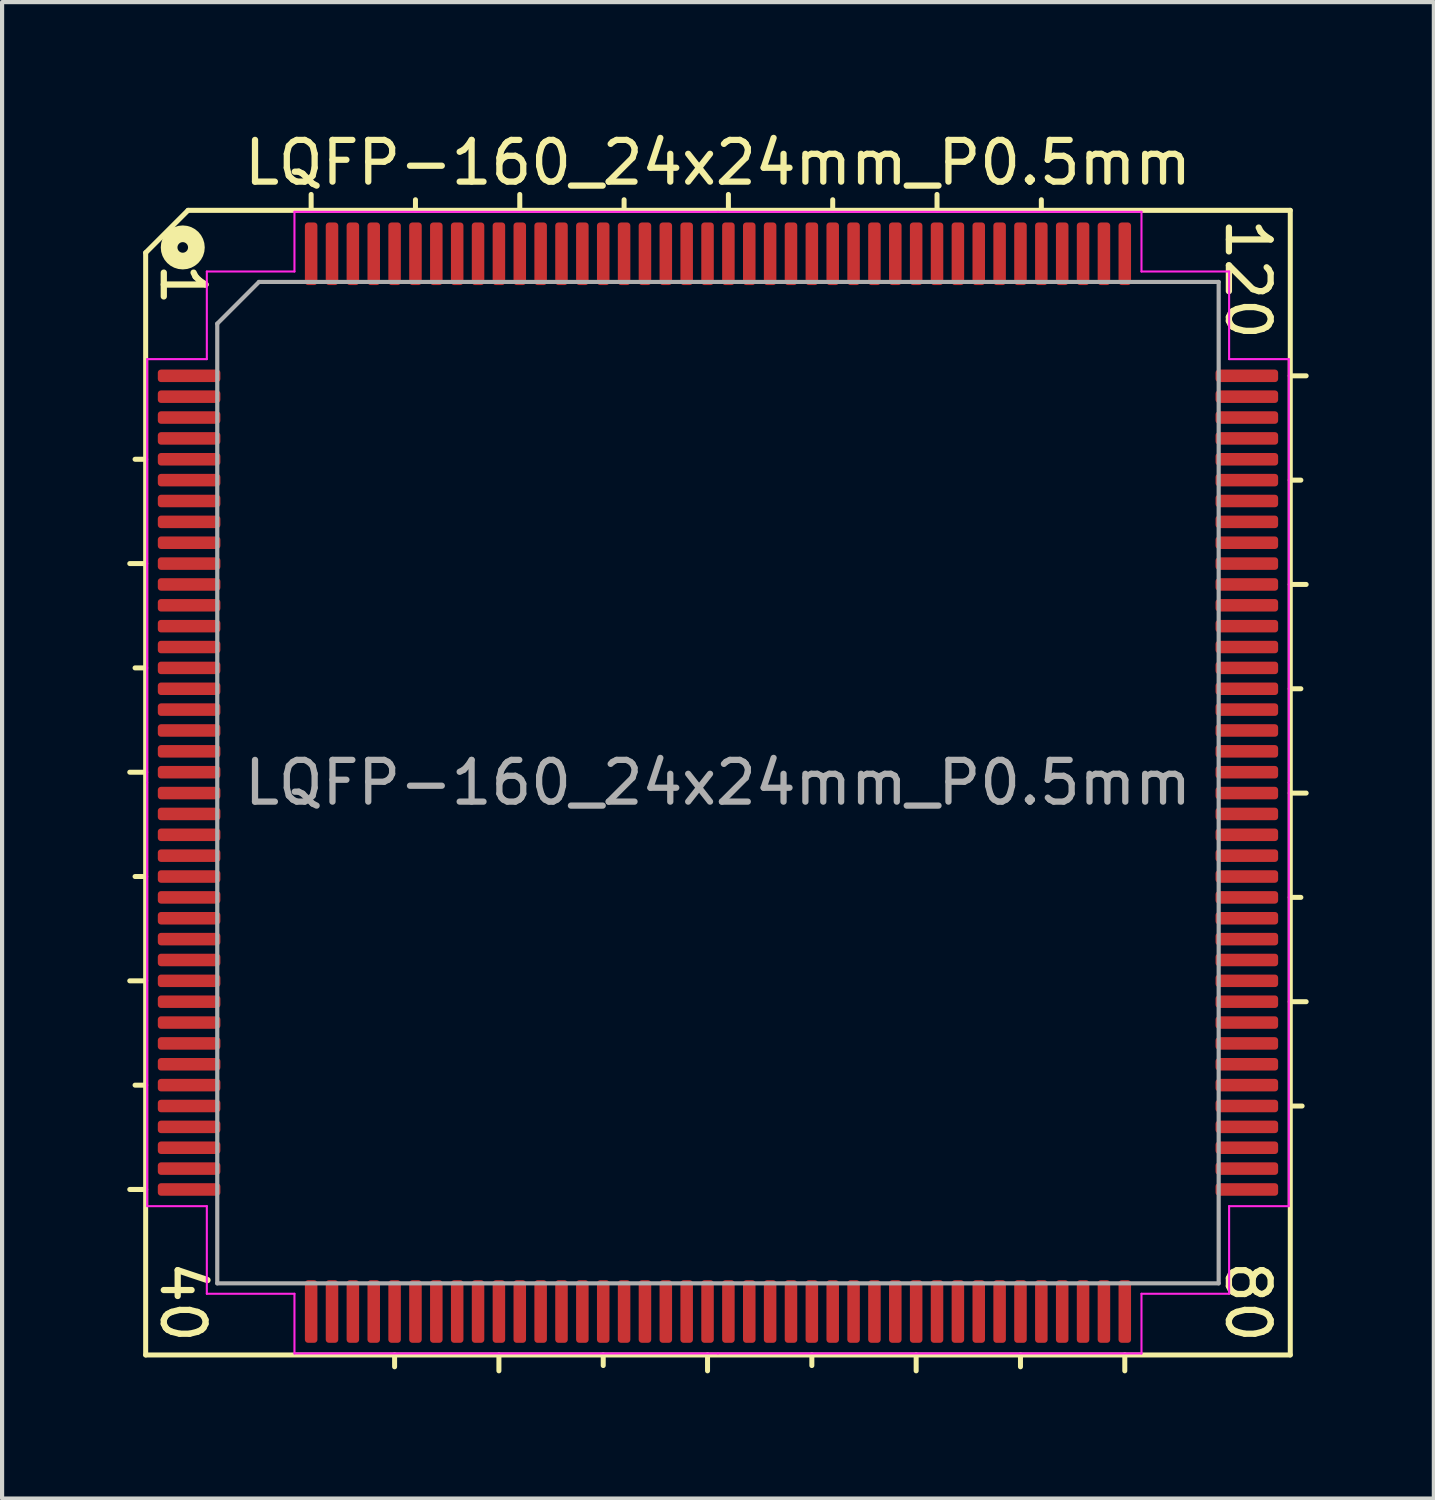
<source format=kicad_pcb>
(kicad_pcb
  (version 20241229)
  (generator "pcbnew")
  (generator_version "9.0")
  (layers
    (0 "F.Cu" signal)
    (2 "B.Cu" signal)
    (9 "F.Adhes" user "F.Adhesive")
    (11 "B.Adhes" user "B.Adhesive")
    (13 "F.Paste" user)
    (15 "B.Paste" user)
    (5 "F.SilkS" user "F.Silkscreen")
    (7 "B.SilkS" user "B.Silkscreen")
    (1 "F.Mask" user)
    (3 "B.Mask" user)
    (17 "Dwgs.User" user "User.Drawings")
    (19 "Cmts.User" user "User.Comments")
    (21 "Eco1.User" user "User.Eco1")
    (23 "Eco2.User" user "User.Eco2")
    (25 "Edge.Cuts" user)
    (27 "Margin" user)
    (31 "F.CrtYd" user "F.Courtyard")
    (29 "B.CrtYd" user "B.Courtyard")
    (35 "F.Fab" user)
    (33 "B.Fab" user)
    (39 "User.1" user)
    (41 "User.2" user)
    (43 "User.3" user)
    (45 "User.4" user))
  (footprint "LQFP-160_24x24mm_P0.5mm"
    (layer "F.Cu")
    (at 14.157 15.707)
    (property "Reference" "LQFP-160_24x24mm_P0.5mm" (at 0 -14.859 0) (layer "F.SilkS") (effects (font (size 1 1) (thickness 0.15))))
    (attr smd)
    (fp_line (start -13.716 -12.7) (end -13.716 13.716) (stroke (width 0.12) (type solid)) (layer "F.SilkS"))
    (fp_line (start -13.716 -7.75) (end -13.97 -7.75) (stroke (width 0.12) (type solid)) (layer "F.SilkS"))
    (fp_line (start -13.716 -5.25) (end -14.097 -5.25) (stroke (width 0.12) (type solid)) (layer "F.SilkS"))
    (fp_line (start -13.716 -2.75) (end -13.97 -2.75) (stroke (width 0.12) (type solid)) (layer "F.SilkS"))
    (fp_line (start -13.716 -0.25) (end -14.097 -0.25) (stroke (width 0.12) (type solid)) (layer "F.SilkS"))
    (fp_line (start -13.716 2.25) (end -13.97 2.25) (stroke (width 0.12) (type solid)) (layer "F.SilkS"))
    (fp_line (start -13.716 4.75) (end -14.097 4.75) (stroke (width 0.12) (type solid)) (layer "F.SilkS"))
    (fp_line (start -13.716 7.25) (end -13.97 7.25) (stroke (width 0.12) (type solid)) (layer "F.SilkS"))
    (fp_line (start -13.716 9.75) (end -14.097 9.75) (stroke (width 0.12) (type solid)) (layer "F.SilkS"))
    (fp_line (start -13.716 13.716) (end 13.716 13.716) (stroke (width 0.12) (type solid)) (layer "F.SilkS"))
    (fp_line (start -12.7 -13.716) (end -13.716 -12.7) (stroke (width 0.12) (type solid)) (layer "F.SilkS"))
    (fp_line (start -9.75 -13.716) (end -9.75 -14.097) (stroke (width 0.12) (type solid)) (layer "F.SilkS"))
    (fp_line (start -7.75 13.716) (end -7.75 14) (stroke (width 0.12) (type solid)) (layer "F.SilkS"))
    (fp_line (start -7.25 -13.716) (end -7.25 -13.97) (stroke (width 0.12) (type solid)) (layer "F.SilkS"))
    (fp_line (start -5.25 13.716) (end -5.25 14.097) (stroke (width 0.12) (type solid)) (layer "F.SilkS"))
    (fp_line (start -4.75 -13.716) (end -4.75 -14.097) (stroke (width 0.12) (type solid)) (layer "F.SilkS"))
    (fp_line (start -2.75 13.716) (end -2.75 13.97) (stroke (width 0.12) (type solid)) (layer "F.SilkS"))
    (fp_line (start -2.25 -13.716) (end -2.25 -13.97) (stroke (width 0.12) (type solid)) (layer "F.SilkS"))
    (fp_line (start -0.25 13.716) (end -0.25 14.097) (stroke (width 0.12) (type solid)) (layer "F.SilkS"))
    (fp_line (start 0.25 -13.716) (end 0.25 -14.097) (stroke (width 0.12) (type solid)) (layer "F.SilkS"))
    (fp_line (start 2.25 13.716) (end 2.25 13.97) (stroke (width 0.12) (type solid)) (layer "F.SilkS"))
    (fp_line (start 2.75 -13.716) (end 2.75 -13.97) (stroke (width 0.12) (type solid)) (layer "F.SilkS"))
    (fp_line (start 4.75 13.716) (end 4.75 14.097) (stroke (width 0.12) (type solid)) (layer "F.SilkS"))
    (fp_line (start 5.25 -13.716) (end 5.25 -14.097) (stroke (width 0.12) (type solid)) (layer "F.SilkS"))
    (fp_line (start 7.25 13.716) (end 7.25 14) (stroke (width 0.12) (type solid)) (layer "F.SilkS"))
    (fp_line (start 7.75 -13.716) (end 7.75 -13.97) (stroke (width 0.12) (type solid)) (layer "F.SilkS"))
    (fp_line (start 9.75 13.716) (end 9.75 14.097) (stroke (width 0.12) (type solid)) (layer "F.SilkS"))
    (fp_line (start 13.716 -13.716) (end -12.7 -13.716) (stroke (width 0.12) (type solid)) (layer "F.SilkS"))
    (fp_line (start 13.716 -9.75) (end 14.097 -9.75) (stroke (width 0.12) (type solid)) (layer "F.SilkS"))
    (fp_line (start 13.716 -7.25) (end 13.97 -7.25) (stroke (width 0.12) (type solid)) (layer "F.SilkS"))
    (fp_line (start 13.716 -4.75) (end 14.097 -4.75) (stroke (width 0.12) (type solid)) (layer "F.SilkS"))
    (fp_line (start 13.716 -2.25) (end 13.97 -2.25) (stroke (width 0.12) (type solid)) (layer "F.SilkS"))
    (fp_line (start 13.716 0.25) (end 14.097 0.25) (stroke (width 0.12) (type solid)) (layer "F.SilkS"))
    (fp_line (start 13.716 2.75) (end 13.97 2.75) (stroke (width 0.12) (type solid)) (layer "F.SilkS"))
    (fp_line (start 13.716 5.25) (end 14.097 5.25) (stroke (width 0.12) (type solid)) (layer "F.SilkS"))
    (fp_line (start 13.716 13.716) (end 13.716 -13.716) (stroke (width 0.12) (type solid)) (layer "F.SilkS"))
    (fp_line (start 13.75 7.75) (end 14 7.75) (stroke (width 0.12) (type solid)) (layer "F.SilkS"))
    (fp_circle (center -12.827 -12.827) (end -12.7 -12.827) (stroke (width 0.4) (type solid)) (fill no) (layer "F.SilkS"))
    (fp_line (start -13.68 -10.15) (end -13.68 0) (stroke (width 0.05) (type solid)) (layer "F.CrtYd"))
    (fp_line (start -13.68 10.15) (end -13.68 0) (stroke (width 0.05) (type solid)) (layer "F.CrtYd"))
    (fp_line (start -12.25 -12.25) (end -12.25 -10.15) (stroke (width 0.05) (type solid)) (layer "F.CrtYd"))
    (fp_line (start -12.25 -10.15) (end -13.68 -10.15) (stroke (width 0.05) (type solid)) (layer "F.CrtYd"))
    (fp_line (start -12.25 10.15) (end -13.68 10.15) (stroke (width 0.05) (type solid)) (layer "F.CrtYd"))
    (fp_line (start -12.25 12.25) (end -12.25 10.15) (stroke (width 0.05) (type solid)) (layer "F.CrtYd"))
    (fp_line (start -10.15 -13.68) (end -10.15 -12.25) (stroke (width 0.05) (type solid)) (layer "F.CrtYd"))
    (fp_line (start -10.15 -12.25) (end -12.25 -12.25) (stroke (width 0.05) (type solid)) (layer "F.CrtYd"))
    (fp_line (start -10.15 12.25) (end -12.25 12.25) (stroke (width 0.05) (type solid)) (layer "F.CrtYd"))
    (fp_line (start -10.15 13.68) (end -10.15 12.25) (stroke (width 0.05) (type solid)) (layer "F.CrtYd"))
    (fp_line (start 0 -13.68) (end -10.15 -13.68) (stroke (width 0.05) (type solid)) (layer "F.CrtYd"))
    (fp_line (start 0 -13.68) (end 10.15 -13.68) (stroke (width 0.05) (type solid)) (layer "F.CrtYd"))
    (fp_line (start 0 13.68) (end -10.15 13.68) (stroke (width 0.05) (type solid)) (layer "F.CrtYd"))
    (fp_line (start 0 13.68) (end 10.15 13.68) (stroke (width 0.05) (type solid)) (layer "F.CrtYd"))
    (fp_line (start 10.15 -13.68) (end 10.15 -12.25) (stroke (width 0.05) (type solid)) (layer "F.CrtYd"))
    (fp_line (start 10.15 -12.25) (end 12.25 -12.25) (stroke (width 0.05) (type solid)) (layer "F.CrtYd"))
    (fp_line (start 10.15 12.25) (end 12.25 12.25) (stroke (width 0.05) (type solid)) (layer "F.CrtYd"))
    (fp_line (start 10.15 13.68) (end 10.15 12.25) (stroke (width 0.05) (type solid)) (layer "F.CrtYd"))
    (fp_line (start 12.25 -12.25) (end 12.25 -10.15) (stroke (width 0.05) (type solid)) (layer "F.CrtYd"))
    (fp_line (start 12.25 -10.15) (end 13.68 -10.15) (stroke (width 0.05) (type solid)) (layer "F.CrtYd"))
    (fp_line (start 12.25 10.15) (end 13.68 10.15) (stroke (width 0.05) (type solid)) (layer "F.CrtYd"))
    (fp_line (start 12.25 12.25) (end 12.25 10.15) (stroke (width 0.05) (type solid)) (layer "F.CrtYd"))
    (fp_line (start 13.68 -10.15) (end 13.68 0) (stroke (width 0.05) (type solid)) (layer "F.CrtYd"))
    (fp_line (start 13.68 10.15) (end 13.68 0) (stroke (width 0.05) (type solid)) (layer "F.CrtYd"))
    (fp_line (start -12 -11) (end -11 -12) (stroke (width 0.1) (type solid)) (layer "F.Fab"))
    (fp_line (start -12 12) (end -12 -11) (stroke (width 0.1) (type solid)) (layer "F.Fab"))
    (fp_line (start -11 -12) (end 12 -12) (stroke (width 0.1) (type solid)) (layer "F.Fab"))
    (fp_line (start 12 -12) (end 12 12) (stroke (width 0.1) (type solid)) (layer "F.Fab"))
    (fp_line (start 12 12) (end -12 12) (stroke (width 0.1) (type solid)) (layer "F.Fab"))
    (fp_text user "80" (at 12.7 12.446 270) (unlocked yes) (layer "F.SilkS") (effects (font (size 1 1) (thickness 0.15))))
    (fp_text user "120" (at 12.7 -12.065 270) (unlocked yes) (layer "F.SilkS") (effects (font (size 1 1) (thickness 0.15))))
    (fp_text user "1" (at -12.827 -11.938 270) (unlocked yes) (layer "F.SilkS") (effects (font (size 1 1) (thickness 0.15))))
    (fp_text user "40" (at -12.827 12.446 270) (unlocked yes) (layer "F.SilkS") (effects (font (size 1 1) (thickness 0.15))))
    (fp_text user "${REFERENCE}" (at 0 0 0) (layer "F.Fab") (effects (font (size 1 1) (thickness 0.15))))
    (pad "1" smd roundrect (at -12.675 -9.75) (size 1.5 0.3) (layers "F.Cu" "F.Mask" "F.Paste") (roundrect_rratio 0.25))
    (pad "2" smd roundrect (at -12.675 -9.25) (size 1.5 0.3) (layers "F.Cu" "F.Mask" "F.Paste") (roundrect_rratio 0.25))
    (pad "3" smd roundrect (at -12.675 -8.75) (size 1.5 0.3) (layers "F.Cu" "F.Mask" "F.Paste") (roundrect_rratio 0.25))
    (pad "4" smd roundrect (at -12.675 -8.25) (size 1.5 0.3) (layers "F.Cu" "F.Mask" "F.Paste") (roundrect_rratio 0.25))
    (pad "5" smd roundrect (at -12.675 -7.75) (size 1.5 0.3) (layers "F.Cu" "F.Mask" "F.Paste") (roundrect_rratio 0.25))
    (pad "6" smd roundrect (at -12.675 -7.25) (size 1.5 0.3) (layers "F.Cu" "F.Mask" "F.Paste") (roundrect_rratio 0.25))
    (pad "7" smd roundrect (at -12.675 -6.75) (size 1.5 0.3) (layers "F.Cu" "F.Mask" "F.Paste") (roundrect_rratio 0.25))
    (pad "8" smd roundrect (at -12.675 -6.25) (size 1.5 0.3) (layers "F.Cu" "F.Mask" "F.Paste") (roundrect_rratio 0.25))
    (pad "9" smd roundrect (at -12.675 -5.75) (size 1.5 0.3) (layers "F.Cu" "F.Mask" "F.Paste") (roundrect_rratio 0.25))
    (pad "10" smd roundrect (at -12.675 -5.25) (size 1.5 0.3) (layers "F.Cu" "F.Mask" "F.Paste") (roundrect_rratio 0.25))
    (pad "11" smd roundrect (at -12.675 -4.75) (size 1.5 0.3) (layers "F.Cu" "F.Mask" "F.Paste") (roundrect_rratio 0.25))
    (pad "12" smd roundrect (at -12.675 -4.25) (size 1.5 0.3) (layers "F.Cu" "F.Mask" "F.Paste") (roundrect_rratio 0.25))
    (pad "13" smd roundrect (at -12.675 -3.75) (size 1.5 0.3) (layers "F.Cu" "F.Mask" "F.Paste") (roundrect_rratio 0.25))
    (pad "14" smd roundrect (at -12.675 -3.25) (size 1.5 0.3) (layers "F.Cu" "F.Mask" "F.Paste") (roundrect_rratio 0.25))
    (pad "15" smd roundrect (at -12.675 -2.75) (size 1.5 0.3) (layers "F.Cu" "F.Mask" "F.Paste") (roundrect_rratio 0.25))
    (pad "16" smd roundrect (at -12.675 -2.25) (size 1.5 0.3) (layers "F.Cu" "F.Mask" "F.Paste") (roundrect_rratio 0.25))
    (pad "17" smd roundrect (at -12.675 -1.75) (size 1.5 0.3) (layers "F.Cu" "F.Mask" "F.Paste") (roundrect_rratio 0.25))
    (pad "18" smd roundrect (at -12.675 -1.25) (size 1.5 0.3) (layers "F.Cu" "F.Mask" "F.Paste") (roundrect_rratio 0.25))
    (pad "19" smd roundrect (at -12.675 -0.75) (size 1.5 0.3) (layers "F.Cu" "F.Mask" "F.Paste") (roundrect_rratio 0.25))
    (pad "20" smd roundrect (at -12.675 -0.25) (size 1.5 0.3) (layers "F.Cu" "F.Mask" "F.Paste") (roundrect_rratio 0.25))
    (pad "21" smd roundrect (at -12.675 0.25) (size 1.5 0.3) (layers "F.Cu" "F.Mask" "F.Paste") (roundrect_rratio 0.25))
    (pad "22" smd roundrect (at -12.675 0.75) (size 1.5 0.3) (layers "F.Cu" "F.Mask" "F.Paste") (roundrect_rratio 0.25))
    (pad "23" smd roundrect (at -12.675 1.25) (size 1.5 0.3) (layers "F.Cu" "F.Mask" "F.Paste") (roundrect_rratio 0.25))
    (pad "24" smd roundrect (at -12.675 1.75) (size 1.5 0.3) (layers "F.Cu" "F.Mask" "F.Paste") (roundrect_rratio 0.25))
    (pad "25" smd roundrect (at -12.675 2.25) (size 1.5 0.3) (layers "F.Cu" "F.Mask" "F.Paste") (roundrect_rratio 0.25))
    (pad "26" smd roundrect (at -12.675 2.75) (size 1.5 0.3) (layers "F.Cu" "F.Mask" "F.Paste") (roundrect_rratio 0.25))
    (pad "27" smd roundrect (at -12.675 3.25) (size 1.5 0.3) (layers "F.Cu" "F.Mask" "F.Paste") (roundrect_rratio 0.25))
    (pad "28" smd roundrect (at -12.675 3.75) (size 1.5 0.3) (layers "F.Cu" "F.Mask" "F.Paste") (roundrect_rratio 0.25))
    (pad "29" smd roundrect (at -12.675 4.25) (size 1.5 0.3) (layers "F.Cu" "F.Mask" "F.Paste") (roundrect_rratio 0.25))
    (pad "30" smd roundrect (at -12.675 4.75) (size 1.5 0.3) (layers "F.Cu" "F.Mask" "F.Paste") (roundrect_rratio 0.25))
    (pad "31" smd roundrect (at -12.675 5.25) (size 1.5 0.3) (layers "F.Cu" "F.Mask" "F.Paste") (roundrect_rratio 0.25))
    (pad "32" smd roundrect (at -12.675 5.75) (size 1.5 0.3) (layers "F.Cu" "F.Mask" "F.Paste") (roundrect_rratio 0.25))
    (pad "33" smd roundrect (at -12.675 6.25) (size 1.5 0.3) (layers "F.Cu" "F.Mask" "F.Paste") (roundrect_rratio 0.25))
    (pad "34" smd roundrect (at -12.675 6.75) (size 1.5 0.3) (layers "F.Cu" "F.Mask" "F.Paste") (roundrect_rratio 0.25))
    (pad "35" smd roundrect (at -12.675 7.25) (size 1.5 0.3) (layers "F.Cu" "F.Mask" "F.Paste") (roundrect_rratio 0.25))
    (pad "36" smd roundrect (at -12.675 7.75) (size 1.5 0.3) (layers "F.Cu" "F.Mask" "F.Paste") (roundrect_rratio 0.25))
    (pad "37" smd roundrect (at -12.675 8.25) (size 1.5 0.3) (layers "F.Cu" "F.Mask" "F.Paste") (roundrect_rratio 0.25))
    (pad "38" smd roundrect (at -12.675 8.75) (size 1.5 0.3) (layers "F.Cu" "F.Mask" "F.Paste") (roundrect_rratio 0.25))
    (pad "39" smd roundrect (at -12.675 9.25) (size 1.5 0.3) (layers "F.Cu" "F.Mask" "F.Paste") (roundrect_rratio 0.25))
    (pad "40" smd roundrect (at -12.675 9.75) (size 1.5 0.3) (layers "F.Cu" "F.Mask" "F.Paste") (roundrect_rratio 0.25))
    (pad "41" smd roundrect (at -9.75 12.675) (size 0.3 1.5) (layers "F.Cu" "F.Mask" "F.Paste") (roundrect_rratio 0.25))
    (pad "42" smd roundrect (at -9.25 12.675) (size 0.3 1.5) (layers "F.Cu" "F.Mask" "F.Paste") (roundrect_rratio 0.25))
    (pad "43" smd roundrect (at -8.75 12.675) (size 0.3 1.5) (layers "F.Cu" "F.Mask" "F.Paste") (roundrect_rratio 0.25))
    (pad "44" smd roundrect (at -8.25 12.675) (size 0.3 1.5) (layers "F.Cu" "F.Mask" "F.Paste") (roundrect_rratio 0.25))
    (pad "45" smd roundrect (at -7.75 12.675) (size 0.3 1.5) (layers "F.Cu" "F.Mask" "F.Paste") (roundrect_rratio 0.25))
    (pad "46" smd roundrect (at -7.25 12.675) (size 0.3 1.5) (layers "F.Cu" "F.Mask" "F.Paste") (roundrect_rratio 0.25))
    (pad "47" smd roundrect (at -6.75 12.675) (size 0.3 1.5) (layers "F.Cu" "F.Mask" "F.Paste") (roundrect_rratio 0.25))
    (pad "48" smd roundrect (at -6.25 12.675) (size 0.3 1.5) (layers "F.Cu" "F.Mask" "F.Paste") (roundrect_rratio 0.25))
    (pad "49" smd roundrect (at -5.75 12.675) (size 0.3 1.5) (layers "F.Cu" "F.Mask" "F.Paste") (roundrect_rratio 0.25))
    (pad "50" smd roundrect (at -5.25 12.675) (size 0.3 1.5) (layers "F.Cu" "F.Mask" "F.Paste") (roundrect_rratio 0.25))
    (pad "51" smd roundrect (at -4.75 12.675) (size 0.3 1.5) (layers "F.Cu" "F.Mask" "F.Paste") (roundrect_rratio 0.25))
    (pad "52" smd roundrect (at -4.25 12.675) (size 0.3 1.5) (layers "F.Cu" "F.Mask" "F.Paste") (roundrect_rratio 0.25))
    (pad "53" smd roundrect (at -3.75 12.675) (size 0.3 1.5) (layers "F.Cu" "F.Mask" "F.Paste") (roundrect_rratio 0.25))
    (pad "54" smd roundrect (at -3.25 12.675) (size 0.3 1.5) (layers "F.Cu" "F.Mask" "F.Paste") (roundrect_rratio 0.25))
    (pad "55" smd roundrect (at -2.75 12.675) (size 0.3 1.5) (layers "F.Cu" "F.Mask" "F.Paste") (roundrect_rratio 0.25))
    (pad "56" smd roundrect (at -2.25 12.675) (size 0.3 1.5) (layers "F.Cu" "F.Mask" "F.Paste") (roundrect_rratio 0.25))
    (pad "57" smd roundrect (at -1.75 12.675) (size 0.3 1.5) (layers "F.Cu" "F.Mask" "F.Paste") (roundrect_rratio 0.25))
    (pad "58" smd roundrect (at -1.25 12.675) (size 0.3 1.5) (layers "F.Cu" "F.Mask" "F.Paste") (roundrect_rratio 0.25))
    (pad "59" smd roundrect (at -0.75 12.675) (size 0.3 1.5) (layers "F.Cu" "F.Mask" "F.Paste") (roundrect_rratio 0.25))
    (pad "60" smd roundrect (at -0.25 12.675) (size 0.3 1.5) (layers "F.Cu" "F.Mask" "F.Paste") (roundrect_rratio 0.25))
    (pad "61" smd roundrect (at 0.25 12.675) (size 0.3 1.5) (layers "F.Cu" "F.Mask" "F.Paste") (roundrect_rratio 0.25))
    (pad "62" smd roundrect (at 0.75 12.675) (size 0.3 1.5) (layers "F.Cu" "F.Mask" "F.Paste") (roundrect_rratio 0.25))
    (pad "63" smd roundrect (at 1.25 12.675) (size 0.3 1.5) (layers "F.Cu" "F.Mask" "F.Paste") (roundrect_rratio 0.25))
    (pad "64" smd roundrect (at 1.75 12.675) (size 0.3 1.5) (layers "F.Cu" "F.Mask" "F.Paste") (roundrect_rratio 0.25))
    (pad "65" smd roundrect (at 2.25 12.675) (size 0.3 1.5) (layers "F.Cu" "F.Mask" "F.Paste") (roundrect_rratio 0.25))
    (pad "66" smd roundrect (at 2.75 12.675) (size 0.3 1.5) (layers "F.Cu" "F.Mask" "F.Paste") (roundrect_rratio 0.25))
    (pad "67" smd roundrect (at 3.25 12.675) (size 0.3 1.5) (layers "F.Cu" "F.Mask" "F.Paste") (roundrect_rratio 0.25))
    (pad "68" smd roundrect (at 3.75 12.675) (size 0.3 1.5) (layers "F.Cu" "F.Mask" "F.Paste") (roundrect_rratio 0.25))
    (pad "69" smd roundrect (at 4.25 12.675) (size 0.3 1.5) (layers "F.Cu" "F.Mask" "F.Paste") (roundrect_rratio 0.25))
    (pad "70" smd roundrect (at 4.75 12.675) (size 0.3 1.5) (layers "F.Cu" "F.Mask" "F.Paste") (roundrect_rratio 0.25))
    (pad "71" smd roundrect (at 5.25 12.675) (size 0.3 1.5) (layers "F.Cu" "F.Mask" "F.Paste") (roundrect_rratio 0.25))
    (pad "72" smd roundrect (at 5.75 12.675) (size 0.3 1.5) (layers "F.Cu" "F.Mask" "F.Paste") (roundrect_rratio 0.25))
    (pad "73" smd roundrect (at 6.25 12.675) (size 0.3 1.5) (layers "F.Cu" "F.Mask" "F.Paste") (roundrect_rratio 0.25))
    (pad "74" smd roundrect (at 6.75 12.675) (size 0.3 1.5) (layers "F.Cu" "F.Mask" "F.Paste") (roundrect_rratio 0.25))
    (pad "75" smd roundrect (at 7.25 12.675) (size 0.3 1.5) (layers "F.Cu" "F.Mask" "F.Paste") (roundrect_rratio 0.25))
    (pad "76" smd roundrect (at 7.75 12.675) (size 0.3 1.5) (layers "F.Cu" "F.Mask" "F.Paste") (roundrect_rratio 0.25))
    (pad "77" smd roundrect (at 8.25 12.675) (size 0.3 1.5) (layers "F.Cu" "F.Mask" "F.Paste") (roundrect_rratio 0.25))
    (pad "78" smd roundrect (at 8.75 12.675) (size 0.3 1.5) (layers "F.Cu" "F.Mask" "F.Paste") (roundrect_rratio 0.25))
    (pad "79" smd roundrect (at 9.25 12.675) (size 0.3 1.5) (layers "F.Cu" "F.Mask" "F.Paste") (roundrect_rratio 0.25))
    (pad "80" smd roundrect (at 9.75 12.675) (size 0.3 1.5) (layers "F.Cu" "F.Mask" "F.Paste") (roundrect_rratio 0.25))
    (pad "81" smd roundrect (at 12.675 9.75) (size 1.5 0.3) (layers "F.Cu" "F.Mask" "F.Paste") (roundrect_rratio 0.25))
    (pad "82" smd roundrect (at 12.675 9.25) (size 1.5 0.3) (layers "F.Cu" "F.Mask" "F.Paste") (roundrect_rratio 0.25))
    (pad "83" smd roundrect (at 12.675 8.75) (size 1.5 0.3) (layers "F.Cu" "F.Mask" "F.Paste") (roundrect_rratio 0.25))
    (pad "84" smd roundrect (at 12.675 8.25) (size 1.5 0.3) (layers "F.Cu" "F.Mask" "F.Paste") (roundrect_rratio 0.25))
    (pad "85" smd roundrect (at 12.675 7.75) (size 1.5 0.3) (layers "F.Cu" "F.Mask" "F.Paste") (roundrect_rratio 0.25))
    (pad "86" smd roundrect (at 12.675 7.25) (size 1.5 0.3) (layers "F.Cu" "F.Mask" "F.Paste") (roundrect_rratio 0.25))
    (pad "87" smd roundrect (at 12.675 6.75) (size 1.5 0.3) (layers "F.Cu" "F.Mask" "F.Paste") (roundrect_rratio 0.25))
    (pad "88" smd roundrect (at 12.675 6.25) (size 1.5 0.3) (layers "F.Cu" "F.Mask" "F.Paste") (roundrect_rratio 0.25))
    (pad "89" smd roundrect (at 12.675 5.75) (size 1.5 0.3) (layers "F.Cu" "F.Mask" "F.Paste") (roundrect_rratio 0.25))
    (pad "90" smd roundrect (at 12.675 5.25) (size 1.5 0.3) (layers "F.Cu" "F.Mask" "F.Paste") (roundrect_rratio 0.25))
    (pad "91" smd roundrect (at 12.675 4.75) (size 1.5 0.3) (layers "F.Cu" "F.Mask" "F.Paste") (roundrect_rratio 0.25))
    (pad "92" smd roundrect (at 12.675 4.25) (size 1.5 0.3) (layers "F.Cu" "F.Mask" "F.Paste") (roundrect_rratio 0.25))
    (pad "93" smd roundrect (at 12.675 3.75) (size 1.5 0.3) (layers "F.Cu" "F.Mask" "F.Paste") (roundrect_rratio 0.25))
    (pad "94" smd roundrect (at 12.675 3.25) (size 1.5 0.3) (layers "F.Cu" "F.Mask" "F.Paste") (roundrect_rratio 0.25))
    (pad "95" smd roundrect (at 12.675 2.75) (size 1.5 0.3) (layers "F.Cu" "F.Mask" "F.Paste") (roundrect_rratio 0.25))
    (pad "96" smd roundrect (at 12.675 2.25) (size 1.5 0.3) (layers "F.Cu" "F.Mask" "F.Paste") (roundrect_rratio 0.25))
    (pad "97" smd roundrect (at 12.675 1.75) (size 1.5 0.3) (layers "F.Cu" "F.Mask" "F.Paste") (roundrect_rratio 0.25))
    (pad "98" smd roundrect (at 12.675 1.25) (size 1.5 0.3) (layers "F.Cu" "F.Mask" "F.Paste") (roundrect_rratio 0.25))
    (pad "99" smd roundrect (at 12.675 0.75) (size 1.5 0.3) (layers "F.Cu" "F.Mask" "F.Paste") (roundrect_rratio 0.25))
    (pad "100" smd roundrect (at 12.675 0.25) (size 1.5 0.3) (layers "F.Cu" "F.Mask" "F.Paste") (roundrect_rratio 0.25))
    (pad "101" smd roundrect (at 12.675 -0.25) (size 1.5 0.3) (layers "F.Cu" "F.Mask" "F.Paste") (roundrect_rratio 0.25))
    (pad "102" smd roundrect (at 12.675 -0.75) (size 1.5 0.3) (layers "F.Cu" "F.Mask" "F.Paste") (roundrect_rratio 0.25))
    (pad "103" smd roundrect (at 12.675 -1.25) (size 1.5 0.3) (layers "F.Cu" "F.Mask" "F.Paste") (roundrect_rratio 0.25))
    (pad "104" smd roundrect (at 12.675 -1.75) (size 1.5 0.3) (layers "F.Cu" "F.Mask" "F.Paste") (roundrect_rratio 0.25))
    (pad "105" smd roundrect (at 12.675 -2.25) (size 1.5 0.3) (layers "F.Cu" "F.Mask" "F.Paste") (roundrect_rratio 0.25))
    (pad "106" smd roundrect (at 12.675 -2.75) (size 1.5 0.3) (layers "F.Cu" "F.Mask" "F.Paste") (roundrect_rratio 0.25))
    (pad "107" smd roundrect (at 12.675 -3.25) (size 1.5 0.3) (layers "F.Cu" "F.Mask" "F.Paste") (roundrect_rratio 0.25))
    (pad "108" smd roundrect (at 12.675 -3.75) (size 1.5 0.3) (layers "F.Cu" "F.Mask" "F.Paste") (roundrect_rratio 0.25))
    (pad "109" smd roundrect (at 12.675 -4.25) (size 1.5 0.3) (layers "F.Cu" "F.Mask" "F.Paste") (roundrect_rratio 0.25))
    (pad "110" smd roundrect (at 12.675 -4.75) (size 1.5 0.3) (layers "F.Cu" "F.Mask" "F.Paste") (roundrect_rratio 0.25))
    (pad "111" smd roundrect (at 12.675 -5.25) (size 1.5 0.3) (layers "F.Cu" "F.Mask" "F.Paste") (roundrect_rratio 0.25))
    (pad "112" smd roundrect (at 12.675 -5.75) (size 1.5 0.3) (layers "F.Cu" "F.Mask" "F.Paste") (roundrect_rratio 0.25))
    (pad "113" smd roundrect (at 12.675 -6.25) (size 1.5 0.3) (layers "F.Cu" "F.Mask" "F.Paste") (roundrect_rratio 0.25))
    (pad "114" smd roundrect (at 12.675 -6.75) (size 1.5 0.3) (layers "F.Cu" "F.Mask" "F.Paste") (roundrect_rratio 0.25))
    (pad "115" smd roundrect (at 12.675 -7.25) (size 1.5 0.3) (layers "F.Cu" "F.Mask" "F.Paste") (roundrect_rratio 0.25))
    (pad "116" smd roundrect (at 12.675 -7.75) (size 1.5 0.3) (layers "F.Cu" "F.Mask" "F.Paste") (roundrect_rratio 0.25))
    (pad "117" smd roundrect (at 12.675 -8.25) (size 1.5 0.3) (layers "F.Cu" "F.Mask" "F.Paste") (roundrect_rratio 0.25))
    (pad "118" smd roundrect (at 12.675 -8.75) (size 1.5 0.3) (layers "F.Cu" "F.Mask" "F.Paste") (roundrect_rratio 0.25))
    (pad "119" smd roundrect (at 12.675 -9.25) (size 1.5 0.3) (layers "F.Cu" "F.Mask" "F.Paste") (roundrect_rratio 0.25))
    (pad "120" smd roundrect (at 12.675 -9.75) (size 1.5 0.3) (layers "F.Cu" "F.Mask" "F.Paste") (roundrect_rratio 0.25))
    (pad "121" smd roundrect (at 9.75 -12.675) (size 0.3 1.5) (layers "F.Cu" "F.Mask" "F.Paste") (roundrect_rratio 0.25))
    (pad "122" smd roundrect (at 9.25 -12.675) (size 0.3 1.5) (layers "F.Cu" "F.Mask" "F.Paste") (roundrect_rratio 0.25))
    (pad "123" smd roundrect (at 8.75 -12.675) (size 0.3 1.5) (layers "F.Cu" "F.Mask" "F.Paste") (roundrect_rratio 0.25))
    (pad "124" smd roundrect (at 8.25 -12.675) (size 0.3 1.5) (layers "F.Cu" "F.Mask" "F.Paste") (roundrect_rratio 0.25))
    (pad "125" smd roundrect (at 7.75 -12.675) (size 0.3 1.5) (layers "F.Cu" "F.Mask" "F.Paste") (roundrect_rratio 0.25))
    (pad "126" smd roundrect (at 7.25 -12.675) (size 0.3 1.5) (layers "F.Cu" "F.Mask" "F.Paste") (roundrect_rratio 0.25))
    (pad "127" smd roundrect (at 6.75 -12.675) (size 0.3 1.5) (layers "F.Cu" "F.Mask" "F.Paste") (roundrect_rratio 0.25))
    (pad "128" smd roundrect (at 6.25 -12.675) (size 0.3 1.5) (layers "F.Cu" "F.Mask" "F.Paste") (roundrect_rratio 0.25))
    (pad "129" smd roundrect (at 5.75 -12.675) (size 0.3 1.5) (layers "F.Cu" "F.Mask" "F.Paste") (roundrect_rratio 0.25))
    (pad "130" smd roundrect (at 5.25 -12.675) (size 0.3 1.5) (layers "F.Cu" "F.Mask" "F.Paste") (roundrect_rratio 0.25))
    (pad "131" smd roundrect (at 4.75 -12.675) (size 0.3 1.5) (layers "F.Cu" "F.Mask" "F.Paste") (roundrect_rratio 0.25))
    (pad "132" smd roundrect (at 4.25 -12.675) (size 0.3 1.5) (layers "F.Cu" "F.Mask" "F.Paste") (roundrect_rratio 0.25))
    (pad "133" smd roundrect (at 3.75 -12.675) (size 0.3 1.5) (layers "F.Cu" "F.Mask" "F.Paste") (roundrect_rratio 0.25))
    (pad "134" smd roundrect (at 3.25 -12.675) (size 0.3 1.5) (layers "F.Cu" "F.Mask" "F.Paste") (roundrect_rratio 0.25))
    (pad "135" smd roundrect (at 2.75 -12.675) (size 0.3 1.5) (layers "F.Cu" "F.Mask" "F.Paste") (roundrect_rratio 0.25))
    (pad "136" smd roundrect (at 2.25 -12.675) (size 0.3 1.5) (layers "F.Cu" "F.Mask" "F.Paste") (roundrect_rratio 0.25))
    (pad "137" smd roundrect (at 1.75 -12.675) (size 0.3 1.5) (layers "F.Cu" "F.Mask" "F.Paste") (roundrect_rratio 0.25))
    (pad "138" smd roundrect (at 1.25 -12.675) (size 0.3 1.5) (layers "F.Cu" "F.Mask" "F.Paste") (roundrect_rratio 0.25))
    (pad "139" smd roundrect (at 0.75 -12.675) (size 0.3 1.5) (layers "F.Cu" "F.Mask" "F.Paste") (roundrect_rratio 0.25))
    (pad "140" smd roundrect (at 0.25 -12.675) (size 0.3 1.5) (layers "F.Cu" "F.Mask" "F.Paste") (roundrect_rratio 0.25))
    (pad "141" smd roundrect (at -0.25 -12.675) (size 0.3 1.5) (layers "F.Cu" "F.Mask" "F.Paste") (roundrect_rratio 0.25))
    (pad "142" smd roundrect (at -0.75 -12.675) (size 0.3 1.5) (layers "F.Cu" "F.Mask" "F.Paste") (roundrect_rratio 0.25))
    (pad "143" smd roundrect (at -1.25 -12.675) (size 0.3 1.5) (layers "F.Cu" "F.Mask" "F.Paste") (roundrect_rratio 0.25))
    (pad "144" smd roundrect (at -1.75 -12.675) (size 0.3 1.5) (layers "F.Cu" "F.Mask" "F.Paste") (roundrect_rratio 0.25))
    (pad "145" smd roundrect (at -2.25 -12.675) (size 0.3 1.5) (layers "F.Cu" "F.Mask" "F.Paste") (roundrect_rratio 0.25))
    (pad "146" smd roundrect (at -2.75 -12.675) (size 0.3 1.5) (layers "F.Cu" "F.Mask" "F.Paste") (roundrect_rratio 0.25))
    (pad "147" smd roundrect (at -3.25 -12.675) (size 0.3 1.5) (layers "F.Cu" "F.Mask" "F.Paste") (roundrect_rratio 0.25))
    (pad "148" smd roundrect (at -3.75 -12.675) (size 0.3 1.5) (layers "F.Cu" "F.Mask" "F.Paste") (roundrect_rratio 0.25))
    (pad "149" smd roundrect (at -4.25 -12.675) (size 0.3 1.5) (layers "F.Cu" "F.Mask" "F.Paste") (roundrect_rratio 0.25))
    (pad "150" smd roundrect (at -4.75 -12.675) (size 0.3 1.5) (layers "F.Cu" "F.Mask" "F.Paste") (roundrect_rratio 0.25))
    (pad "151" smd roundrect (at -5.25 -12.675) (size 0.3 1.5) (layers "F.Cu" "F.Mask" "F.Paste") (roundrect_rratio 0.25))
    (pad "152" smd roundrect (at -5.75 -12.675) (size 0.3 1.5) (layers "F.Cu" "F.Mask" "F.Paste") (roundrect_rratio 0.25))
    (pad "153" smd roundrect (at -6.25 -12.675) (size 0.3 1.5) (layers "F.Cu" "F.Mask" "F.Paste") (roundrect_rratio 0.25))
    (pad "154" smd roundrect (at -6.75 -12.675) (size 0.3 1.5) (layers "F.Cu" "F.Mask" "F.Paste") (roundrect_rratio 0.25))
    (pad "155" smd roundrect (at -7.25 -12.675) (size 0.3 1.5) (layers "F.Cu" "F.Mask" "F.Paste") (roundrect_rratio 0.25))
    (pad "156" smd roundrect (at -7.75 -12.675) (size 0.3 1.5) (layers "F.Cu" "F.Mask" "F.Paste") (roundrect_rratio 0.25))
    (pad "157" smd roundrect (at -8.25 -12.675) (size 0.3 1.5) (layers "F.Cu" "F.Mask" "F.Paste") (roundrect_rratio 0.25))
    (pad "158" smd roundrect (at -8.75 -12.675) (size 0.3 1.5) (layers "F.Cu" "F.Mask" "F.Paste") (roundrect_rratio 0.25))
    (pad "159" smd roundrect (at -9.25 -12.675) (size 0.3 1.5) (layers "F.Cu" "F.Mask" "F.Paste") (roundrect_rratio 0.25))
    (pad "160" smd roundrect (at -9.75 -12.675) (size 0.3 1.5) (layers "F.Cu" "F.Mask" "F.Paste") (roundrect_rratio 0.25)))
  (gr_rect
    (start -3 -3)
    (end 31.314 32.864)
    (stroke (width 0.1) (type default))
    (fill no)
    (layer "Edge.Cuts")))
</source>
